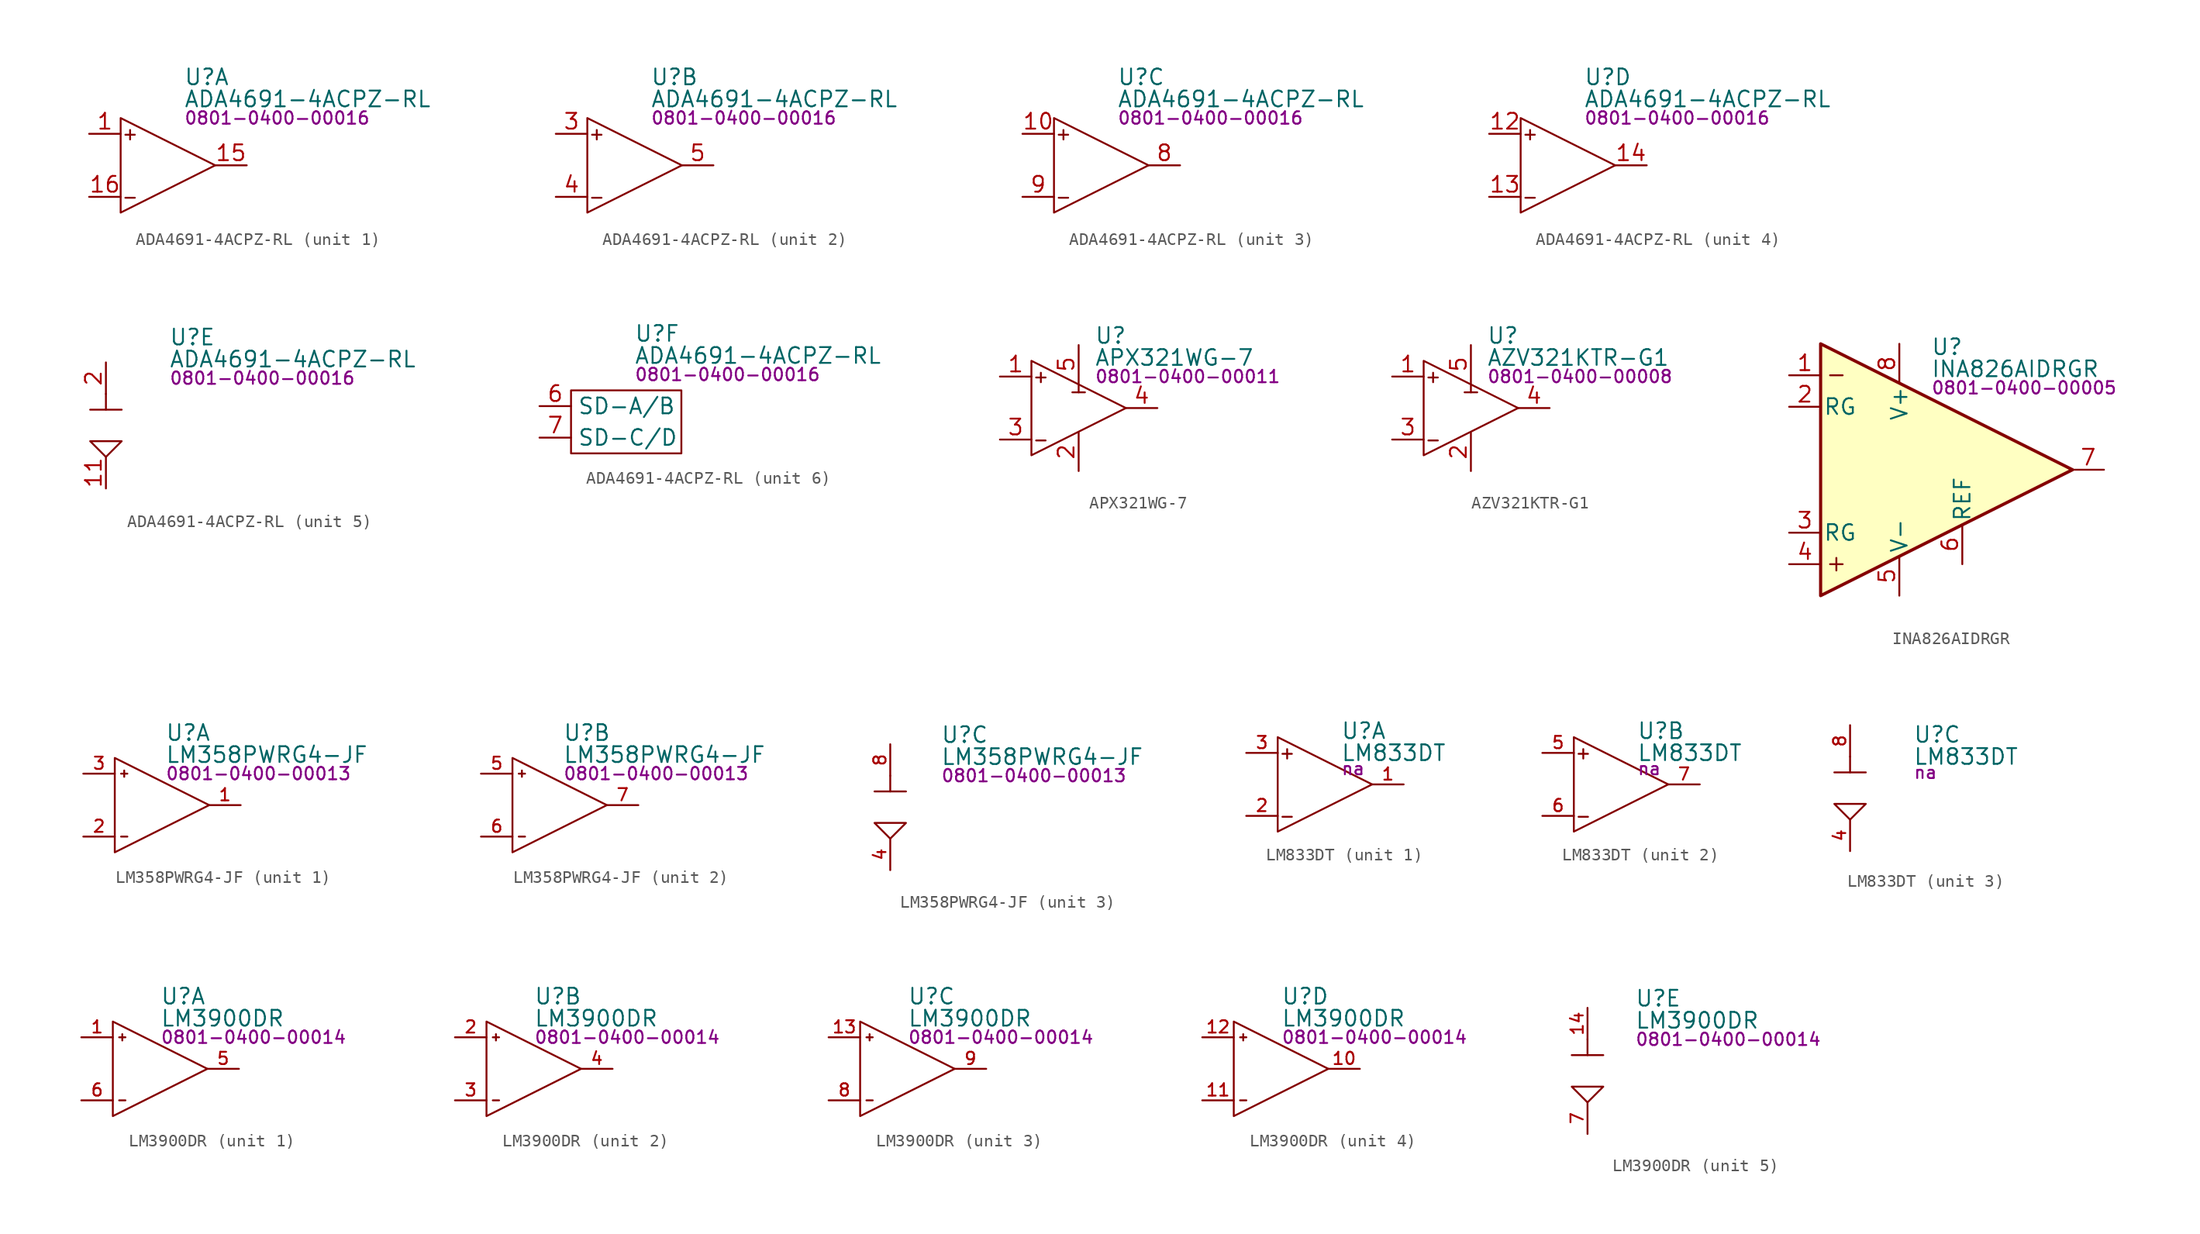
<source format=kicad_sym>
(kicad_symbol_lib
  (version 20231120)
  (generator "kicad_symbol_editor")
  (generator_version "8.0")
  (symbol "ADA4691-4ACPZ-RL"
    (property "Reference" "U"
      (at 5.08 7.112 0)
      (effects (font (size 1.27 1.27)) (justify left)))
    (property "Value" "ADA4691-4ACPZ-RL"
      (at 5.08 5.334 0)
      (effects (font (size 1.27 1.27)) (justify left)))
    (property "PartNumber" "0801-0400-00016"
      (at 5.08 3.81 0)
      (effects (font (size 1 1)) (justify left)))
    (property "ki_locked" ""
      (at 0 0 0)
      (effects (font (size 1.27 1.27))))
    (symbol "ADA4691-4ACPZ-RL_1_0"
      (polyline (pts (xy 0 3.81) (xy 0 -3.81) (xy 7.62 0) (xy 0 3.81)) (stroke (width 0) (type default)) (fill (type none)))
      (pin input line (at -2.54 2.54 0) (length 2.54) (name "+INA" (effects (font (size 0 0)))) (number "1" (effects (font (size 1.27 1.27)))))
      (pin output line (at 10.16 0 180) (length 2.54) (name "OUTA" (effects (font (size 0 0)))) (number "15" (effects (font (size 1.27 1.27)))))
      (pin input line (at -2.54 -2.54 0) (length 2.54) (name "-INA" (effects (font (size 0 0)))) (number "16" (effects (font (size 1.27 1.27))))))
    (symbol "ADA4691-4ACPZ-RL_1_1"
      (text "+" (at 0.762 2.54 0) (effects (font (size 1 1))))
      (text "-" (at 0.762 -2.54 0) (effects (font (size 1 1)))))
    (symbol "ADA4691-4ACPZ-RL_2_0"
      (polyline (pts (xy 0 3.81) (xy 0 -3.81) (xy 7.62 0) (xy 0 3.81)) (stroke (width 0) (type default)) (fill (type none)))
      (pin input line (at -2.54 2.54 0) (length 2.54) (name "+INB" (effects (font (size 0 0)))) (number "3" (effects (font (size 1.27 1.27)))))
      (pin input line (at -2.54 -2.54 0) (length 2.54) (name "-INB" (effects (font (size 0 0)))) (number "4" (effects (font (size 1.27 1.27)))))
      (pin output line (at 10.16 0 180) (length 2.54) (name "OUTB" (effects (font (size 0 0)))) (number "5" (effects (font (size 1.27 1.27))))))
    (symbol "ADA4691-4ACPZ-RL_2_1"
      (text "+" (at 0.762 2.54 0) (effects (font (size 1 1))))
      (text "-" (at 0.762 -2.54 0) (effects (font (size 1 1)))))
    (symbol "ADA4691-4ACPZ-RL_3_0"
      (polyline (pts (xy 0 3.81) (xy 0 -3.81) (xy 7.62 0) (xy 0 3.81)) (stroke (width 0) (type default)) (fill (type none)))
      (pin input line (at -2.54 2.54 0) (length 2.54) (name "+INC" (effects (font (size 0 0)))) (number "10" (effects (font (size 1.27 1.27)))))
      (pin output line (at 10.16 0 180) (length 2.54) (name "OUTC" (effects (font (size 0 0)))) (number "8" (effects (font (size 1.27 1.27)))))
      (pin input line (at -2.54 -2.54 0) (length 2.54) (name "-INC" (effects (font (size 0 0)))) (number "9" (effects (font (size 1.27 1.27))))))
    (symbol "ADA4691-4ACPZ-RL_3_1"
      (text "+" (at 0.762 2.54 0) (effects (font (size 1 1))))
      (text "-" (at 0.762 -2.54 0) (effects (font (size 1 1)))))
    (symbol "ADA4691-4ACPZ-RL_4_0"
      (polyline (pts (xy 0 3.81) (xy 0 -3.81) (xy 7.62 0) (xy 0 3.81)) (stroke (width 0) (type default)) (fill (type none)))
      (pin input line (at -2.54 2.54 0) (length 2.54) (name "+IND" (effects (font (size 0 0)))) (number "12" (effects (font (size 1.27 1.27)))))
      (pin input line (at -2.54 -2.54 0) (length 2.54) (name "-IND" (effects (font (size 0 0)))) (number "13" (effects (font (size 1.27 1.27)))))
      (pin output line (at 10.16 0 180) (length 2.54) (name "OUTD" (effects (font (size 0 0)))) (number "14" (effects (font (size 1.27 1.27))))))
    (symbol "ADA4691-4ACPZ-RL_4_1"
      (text "+" (at 0.762 2.54 0) (effects (font (size 1 1))))
      (text "-" (at 0.762 -2.54 0) (effects (font (size 1 1)))))
    (symbol "ADA4691-4ACPZ-RL_5_0"
      (pin power_in line (at 0 -5.08 90) (length 2.54) (name "V-" (effects (font (size 0 0)))) (number "11" (effects (font (size 1.27 1.27)))))
      (pin power_in line (at 0 -5.08 90) (length 2.54) hide (name "GND" (effects (font (size 0 0)))) (number "17" (effects (font (size 1.27 1.27)))))
      (pin power_in line (at 0 5.08 270) (length 2.54) (name "V+" (effects (font (size 0 0)))) (number "2" (effects (font (size 1.27 1.27))))))
    (symbol "ADA4691-4ACPZ-RL_5_1"
      (polyline (pts (xy -1.27 1.27) (xy 1.27 1.27)) (stroke (width 0) (type default)) (fill (type none)))
      (polyline (pts (xy 0 2.54) (xy 0 1.27)) (stroke (width 0) (type default)) (fill (type none)))
      (polyline (pts (xy 0 -2.54) (xy -1.27 -1.27) (xy 1.27 -1.27) (xy 0 -2.54)) (stroke (width 0) (type default)) (fill (type none))))
    (symbol "ADA4691-4ACPZ-RL_6_0"
      (pin input line (at -2.54 1.27 0) (length 2.54) (name "SD-A/B" (effects (font (size 1.27 1.27)))) (number "6" (effects (font (size 1.27 1.27)))))
      (pin input line (at -2.54 -1.27 0) (length 2.54) (name "SD-C/D" (effects (font (size 1.27 1.27)))) (number "7" (effects (font (size 1.27 1.27))))))
    (symbol "ADA4691-4ACPZ-RL_6_1"
      (polyline (pts (xy 0 2.54) (xy 0 -2.54) (xy 8.89 -2.54) (xy 8.89 2.54) (xy 0 2.54)) (stroke (width 0) (type default)) (fill (type none)))))
  (symbol "APX321WG-7"
    (property "Reference" "U"
      (at 5.08 5.842 0)
      (effects (font (size 1.27 1.27)) (justify left)))
    (property "Value" "APX321WG-7"
      (at 5.08 4.064 0)
      (effects (font (size 1.27 1.27)) (justify left)))
    (property "PartNumber" "0801-0400-00011"
      (at 5.08 2.54 0)
      (effects (font (size 1 1)) (justify left)))
    (symbol "APX321WG-7_0_0"
      (pin bidirectional line (at -2.54 2.54 0) (length 2.54) (name "IN+" (effects (font (size 0 0)))) (number "1" (effects (font (size 1.27 1.27)))))
      (pin power_in line (at 3.81 -5.08 90) (length 3.1) (name "V-" (effects (font (size 0 0)))) (number "2" (effects (font (size 1.27 1.27)))))
      (pin bidirectional line (at -2.54 -2.54 0) (length 2.54) (name "IN-" (effects (font (size 0 0)))) (number "3" (effects (font (size 1.27 1.27)))))
      (pin bidirectional line (at 10.16 0 180) (length 2.54) (name "OUT" (effects (font (size 0 0)))) (number "4" (effects (font (size 1.27 1.27)))))
      (pin power_in line (at 3.81 5.08 270) (length 3.1) (name "V+" (effects (font (size 0 0)))) (number "5" (effects (font (size 1.27 1.27))))))
    (symbol "APX321WG-7_0_1"
      (polyline (pts (xy 3.302 1.27) (xy 4.318 1.27)) (stroke (width 0) (type default)) (fill (type none)))
      (polyline (pts (xy 3.811 1.877) (xy 3.81 1.27)) (stroke (width 0) (type default)) (fill (type none))))
    (symbol "APX321WG-7_1_0"
      (polyline (pts (xy 0 3.81) (xy 0 -3.81) (xy 7.62 0) (xy 0 3.81)) (stroke (width 0) (type default)) (fill (type none))))
    (symbol "APX321WG-7_1_1"
      (text "+" (at 0.762 2.54 0) (effects (font (size 1 1))))
      (text "-" (at 0.762 -2.54 0) (effects (font (size 1 1))))))
  (symbol "AZV321KTR-G1"
    (property "Reference" "U"
      (at 5.08 5.842 0)
      (effects (font (size 1.27 1.27)) (justify left)))
    (property "Value" "AZV321KTR-G1"
      (at 5.08 4.064 0)
      (effects (font (size 1.27 1.27)) (justify left)))
    (property "PartNumber" "0801-0400-00008"
      (at 5.08 2.54 0)
      (effects (font (size 1 1)) (justify left)))
    (symbol "AZV321KTR-G1_0_0"
      (text "+" (at 0.762 2.54 0) (effects (font (size 1 1))))
      (text "-" (at 0.762 -2.54 0) (effects (font (size 1 1))))
      (pin bidirectional line (at -2.54 2.54 0) (length 2.54) (name "IN+" (effects (font (size 0 0)))) (number "1" (effects (font (size 1.27 1.27)))))
      (pin power_in line (at 3.81 -5.08 90) (length 3.1) (name "V-" (effects (font (size 0 0)))) (number "2" (effects (font (size 1.27 1.27)))))
      (pin bidirectional line (at -2.54 -2.54 0) (length 2.54) (name "IN-" (effects (font (size 0 0)))) (number "3" (effects (font (size 1.27 1.27)))))
      (pin bidirectional line (at 10.16 0 180) (length 2.54) (name "OUT" (effects (font (size 0 0)))) (number "4" (effects (font (size 1.27 1.27)))))
      (pin power_in line (at 3.81 5.08 270) (length 3.1) (name "V+" (effects (font (size 0 0)))) (number "5" (effects (font (size 1.27 1.27))))))
    (symbol "AZV321KTR-G1_0_1"
      (polyline (pts (xy 3.302 1.27) (xy 4.318 1.27)) (stroke (width 0) (type default)) (fill (type none)))
      (polyline (pts (xy 3.811 1.877) (xy 3.81 1.27)) (stroke (width 0) (type default)) (fill (type none))))
    (symbol "AZV321KTR-G1_1_0"
      (polyline (pts (xy 0 3.81) (xy 0 -3.81) (xy 7.62 0) (xy 0 3.81)) (stroke (width 0) (type default)) (fill (type none)))))
  (symbol "INA826AIDRGR"
    (pin_names
      (offset 0.2))
    (property "Reference" "U"
      (at 0 9.906 0)
      (effects (font (size 1.27 1.27)) (justify left)))
    (property "Value" "INA826AIDRGR"
      (at 0 8.128 0)
      (effects (font (size 1.27 1.27)) (justify left)))
    (property "PartNumber" "0801-0400-00005"
      (at 0 6.604 0)
      (effects (font (size 1 1)) (justify left)))
    (symbol "INA826AIDRGR_0_1"
      (polyline (pts (xy -8.128 -7.62) (xy -7.112 -7.62)) (stroke (width 0) (type default)) (fill (type none)))
      (polyline (pts (xy -8.128 7.62) (xy -7.112 7.62)) (stroke (width 0) (type default)) (fill (type none)))
      (polyline (pts (xy -7.62 -7.112) (xy -7.62 -8.128)) (stroke (width 0) (type default)) (fill (type none)))
      (polyline (pts (xy -8.89 10.16) (xy -8.89 -10.16) (xy 11.43 0) (xy -8.89 10.16)) (stroke (width 0.254) (type default)) (fill (type background))))
    (symbol "INA826AIDRGR_1_1"
      (pin input line (at -11.43 7.62 0) (length 2.54) (name "IN-" (effects (font (size 0 0)))) (number "1" (effects (font (size 1.27 1.27)))))
      (pin passive line (at -11.43 5.08 0) (length 2.54) (name "RG" (effects (font (size 1.27 1.27)))) (number "2" (effects (font (size 1.27 1.27)))))
      (pin passive line (at -11.43 -5.08 0) (length 2.54) (name "RG" (effects (font (size 1.27 1.27)))) (number "3" (effects (font (size 1.27 1.27)))))
      (pin input line (at -11.43 -7.62 0) (length 2.54) (name "IN+" (effects (font (size 0 0)))) (number "4" (effects (font (size 1.27 1.27)))))
      (pin power_in line (at -2.54 -10.16 90) (length 3.2) (name "V-" (effects (font (size 1.27 1.27)))) (number "5" (effects (font (size 1.27 1.27)))))
      (pin input line (at 2.54 -7.62 90) (length 3.2) (name "REF" (effects (font (size 1.27 1.27)))) (number "6" (effects (font (size 1.27 1.27)))))
      (pin output line (at 13.97 0 180) (length 2.54) (name "OUT" (effects (font (size 0 0)))) (number "7" (effects (font (size 1.27 1.27)))))
      (pin power_in line (at -2.54 10.16 270) (length 3.2) (name "V+" (effects (font (size 1.27 1.27)))) (number "8" (effects (font (size 1.27 1.27)))))
      (pin power_in line (at -2.54 -10.16 90) (length 3.2) hide (name "PAD" (effects (font (size 1.27 1.27)))) (number "9" (effects (font (size 1.27 1.27)))))))
  (symbol "LM358PWRG4-JF"
    (pin_names hide)
    (property "Reference" "U"
      (at 4.064 5.842 0)
      (effects (font (size 1.27 1.27)) (justify left)))
    (property "Value" "LM358PWRG4-JF"
      (at 4.064 4.064 0)
      (effects (font (size 1.27 1.27)) (justify left)))
    (property "PartNumber" "0801-0400-00013"
      (at 4.064 2.54 0)
      (effects (font (size 1 1)) (justify left)))
    (property "ki_locked" ""
      (at 0 0 0)
      (effects (font (size 1.27 1.27))))
    (symbol "LM358PWRG4-JF_1_0"
      (polyline (pts (xy 0.508 -2.54) (xy 1.016 -2.54)) (stroke (width 0) (type default)) (fill (type none)))
      (polyline (pts (xy 0.508 2.54) (xy 1.016 2.54)) (stroke (width 0) (type default)) (fill (type none)))
      (polyline (pts (xy 0.762 2.794) (xy 0.762 2.286)) (stroke (width 0) (type default)) (fill (type none)))
      (polyline (pts (xy 0 3.81) (xy 0 -3.81) (xy 7.62 0) (xy 0 3.81)) (stroke (width 0) (type default)) (fill (type none)))
      (pin output line (at 10.16 0 180) (length 2.54) (name "OUT1" (effects (font (size 1.27 1.27)))) (number "1" (effects (font (size 0.991 0.991)))))
      (pin input line (at -2.54 -2.54 0) (length 2.54) (name "IN1-" (effects (font (size 1.27 1.27)))) (number "2" (effects (font (size 0.991 0.991)))))
      (pin input line (at -2.54 2.54 0) (length 2.54) (name "IN1+" (effects (font (size 1.27 1.27)))) (number "3" (effects (font (size 0.991 0.991))))))
    (symbol "LM358PWRG4-JF_2_0"
      (polyline (pts (xy 0.508 -2.54) (xy 1.016 -2.54)) (stroke (width 0) (type default)) (fill (type none)))
      (polyline (pts (xy 0.508 2.54) (xy 1.016 2.54)) (stroke (width 0) (type default)) (fill (type none)))
      (polyline (pts (xy 0.762 2.794) (xy 0.762 2.286)) (stroke (width 0) (type default)) (fill (type none)))
      (polyline (pts (xy 0 3.81) (xy 0 -3.81) (xy 7.62 0) (xy 0 3.81)) (stroke (width 0) (type default)) (fill (type none)))
      (pin input line (at -2.54 2.54 0) (length 2.54) (name "IN2+" (effects (font (size 1.27 1.27)))) (number "5" (effects (font (size 0.991 0.991)))))
      (pin input line (at -2.54 -2.54 0) (length 2.54) (name "IN2-" (effects (font (size 1.27 1.27)))) (number "6" (effects (font (size 0.991 0.991)))))
      (pin output line (at 10.16 0 180) (length 2.54) (name "OUT2" (effects (font (size 1.27 1.27)))) (number "7" (effects (font (size 0.991 0.991))))))
    (symbol "LM358PWRG4-JF_3_0"
      (pin power_in line (at 0 -5.08 90) (length 2.54) (name "V-" (effects (font (size 1.27 1.27)))) (number "4" (effects (font (size 0.991 0.991)))))
      (pin power_in line (at 0 5.08 270) (length 2.54) (name "V+" (effects (font (size 1.27 1.27)))) (number "8" (effects (font (size 0.991 0.991))))))
    (symbol "LM358PWRG4-JF_3_1"
      (polyline (pts (xy -1.27 1.27) (xy 1.27 1.27)) (stroke (width 0) (type default)) (fill (type none)))
      (polyline (pts (xy 0 2.54) (xy 0 1.27)) (stroke (width 0) (type default)) (fill (type none)))
      (polyline (pts (xy 0 -2.54) (xy -1.27 -1.27) (xy 1.27 -1.27) (xy 0 -2.54)) (stroke (width 0) (type default)) (fill (type none)))))
  (symbol "LM833DT"
    (pin_names hide)
    (property "Reference" "U"
      (at 5.08 4.318 0)
      (effects (font (size 1.27 1.27)) (justify left)))
    (property "Value" "LM833DT"
      (at 5.08 2.54 0)
      (effects (font (size 1.27 1.27)) (justify left)))
    (property "PartNumber" "na"
      (at 5.08 1.27 0)
      (effects (font (size 1 1)) (justify left)))
    (property "ki_locked" ""
      (at 0 0 0)
      (effects (font (size 1.27 1.27))))
    (symbol "LM833DT_1_0"
      (polyline (pts (xy 0 3.81) (xy 0 -3.81) (xy 7.62 0) (xy 0 3.81)) (stroke (width 0) (type default)) (fill (type none)))
      (text "+" (at 0.762 2.54 0) (effects (font (size 1 1))))
      (text "-" (at 0.762 -2.54 0) (effects (font (size 1 1))))
      (pin output line (at 10.16 0 180) (length 2.54) (name "OUT1" (effects (font (size 1.27 1.27)))) (number "1" (effects (font (size 0.991 0.991)))))
      (pin input line (at -2.54 -2.54 0) (length 2.54) (name "IN1-" (effects (font (size 1.27 1.27)))) (number "2" (effects (font (size 0.991 0.991)))))
      (pin input line (at -2.54 2.54 0) (length 2.54) (name "IN1+" (effects (font (size 1.27 1.27)))) (number "3" (effects (font (size 0.991 0.991))))))
    (symbol "LM833DT_2_0"
      (polyline (pts (xy 0 3.81) (xy 0 -3.81) (xy 7.62 0) (xy 0 3.81)) (stroke (width 0) (type default)) (fill (type none)))
      (text "+" (at 0.762 2.54 0) (effects (font (size 1 1))))
      (text "-" (at 0.762 -2.54 0) (effects (font (size 1 1))))
      (pin input line (at -2.54 2.54 0) (length 2.54) (name "IN2+" (effects (font (size 1.27 1.27)))) (number "5" (effects (font (size 0.991 0.991)))))
      (pin input line (at -2.54 -2.54 0) (length 2.54) (name "IN2-" (effects (font (size 1.27 1.27)))) (number "6" (effects (font (size 0.991 0.991)))))
      (pin output line (at 10.16 0 180) (length 2.54) (name "OUT2" (effects (font (size 1.27 1.27)))) (number "7" (effects (font (size 0.991 0.991))))))
    (symbol "LM833DT_3_0"
      (pin power_in line (at 0 -5.08 90) (length 2.54) (name "V-" (effects (font (size 1.27 1.27)))) (number "4" (effects (font (size 0.991 0.991)))))
      (pin power_in line (at 0 5.08 270) (length 2.54) (name "V+" (effects (font (size 1.27 1.27)))) (number "8" (effects (font (size 0.991 0.991))))))
    (symbol "LM833DT_3_1"
      (polyline (pts (xy -1.27 1.27) (xy 1.27 1.27)) (stroke (width 0) (type default)) (fill (type none)))
      (polyline (pts (xy 0 2.54) (xy 0 1.27)) (stroke (width 0) (type default)) (fill (type none)))
      (polyline (pts (xy 0 -2.54) (xy -1.27 -1.27) (xy 1.27 -1.27) (xy 0 -2.54)) (stroke (width 0) (type default)) (fill (type none)))))
  (symbol "LM3900DR"
    (pin_names hide)
    (property "Reference" "U"
      (at 3.81 5.842 0)
      (effects (font (size 1.27 1.27)) (justify left)))
    (property "Value" "LM3900DR"
      (at 3.81 4.064 0)
      (effects (font (size 1.27 1.27)) (justify left)))
    (property "PartNumber" "0801-0400-00014"
      (at 3.81 2.54 0)
      (effects (font (size 1 1)) (justify left)))
    (property "ki_locked" ""
      (at 0 0 0)
      (effects (font (size 1.27 1.27))))
    (symbol "LM3900DR_1_0"
      (polyline (pts (xy 0.508 -2.54) (xy 1.016 -2.54)) (stroke (width 0) (type default)) (fill (type none)))
      (polyline (pts (xy 0.508 2.54) (xy 1.016 2.54)) (stroke (width 0) (type default)) (fill (type none)))
      (polyline (pts (xy 0.762 2.794) (xy 0.762 2.286)) (stroke (width 0) (type default)) (fill (type none)))
      (polyline (pts (xy 0 3.81) (xy 0 -3.81) (xy 7.62 0) (xy 0 3.81)) (stroke (width 0) (type default)) (fill (type none)))
      (pin input line (at -2.54 2.54 0) (length 2.54) (name "IN1+" (effects (font (size 1.27 1.27)))) (number "1" (effects (font (size 0.991 0.991)))))
      (pin output line (at 10.16 0 180) (length 2.54) (name "OUT1" (effects (font (size 1.27 1.27)))) (number "5" (effects (font (size 0.991 0.991)))))
      (pin input line (at -2.54 -2.54 0) (length 2.54) (name "IN1-" (effects (font (size 1.27 1.27)))) (number "6" (effects (font (size 0.991 0.991))))))
    (symbol "LM3900DR_2_0"
      (polyline (pts (xy 0.508 -2.54) (xy 1.016 -2.54)) (stroke (width 0) (type default)) (fill (type none)))
      (polyline (pts (xy 0.508 2.54) (xy 1.016 2.54)) (stroke (width 0) (type default)) (fill (type none)))
      (polyline (pts (xy 0.762 2.794) (xy 0.762 2.286)) (stroke (width 0) (type default)) (fill (type none)))
      (polyline (pts (xy 0 3.81) (xy 0 -3.81) (xy 7.62 0) (xy 0 3.81)) (stroke (width 0) (type default)) (fill (type none)))
      (pin input line (at -2.54 2.54 0) (length 2.54) (name "IN2+" (effects (font (size 1.27 1.27)))) (number "2" (effects (font (size 0.991 0.991)))))
      (pin input line (at -2.54 -2.54 0) (length 2.54) (name "IN2-" (effects (font (size 1.27 1.27)))) (number "3" (effects (font (size 0.991 0.991)))))
      (pin output line (at 10.16 0 180) (length 2.54) (name "OUT2" (effects (font (size 1.27 1.27)))) (number "4" (effects (font (size 0.991 0.991))))))
    (symbol "LM3900DR_3_0"
      (polyline (pts (xy 0.508 -2.54) (xy 1.016 -2.54)) (stroke (width 0) (type default)) (fill (type none)))
      (polyline (pts (xy 0.508 2.54) (xy 1.016 2.54)) (stroke (width 0) (type default)) (fill (type none)))
      (polyline (pts (xy 0.762 2.794) (xy 0.762 2.286)) (stroke (width 0) (type default)) (fill (type none)))
      (polyline (pts (xy 0 3.81) (xy 0 -3.81) (xy 7.62 0) (xy 0 3.81)) (stroke (width 0) (type default)) (fill (type none)))
      (pin input line (at -2.54 2.54 0) (length 2.54) (name "IN3+" (effects (font (size 1.27 1.27)))) (number "13" (effects (font (size 0.991 0.991)))))
      (pin input line (at -2.54 -2.54 0) (length 2.54) (name "IN3-" (effects (font (size 1.27 1.27)))) (number "8" (effects (font (size 0.991 0.991)))))
      (pin output line (at 10.16 0 180) (length 2.54) (name "OUT3" (effects (font (size 1.27 1.27)))) (number "9" (effects (font (size 0.991 0.991))))))
    (symbol "LM3900DR_4_0"
      (polyline (pts (xy 0.508 -2.54) (xy 1.016 -2.54)) (stroke (width 0) (type default)) (fill (type none)))
      (polyline (pts (xy 0.508 2.54) (xy 1.016 2.54)) (stroke (width 0) (type default)) (fill (type none)))
      (polyline (pts (xy 0.762 2.794) (xy 0.762 2.286)) (stroke (width 0) (type default)) (fill (type none)))
      (polyline (pts (xy 0 3.81) (xy 0 -3.81) (xy 7.62 0) (xy 0 3.81)) (stroke (width 0) (type default)) (fill (type none)))
      (pin output line (at 10.16 0 180) (length 2.54) (name "OUT4" (effects (font (size 1.27 1.27)))) (number "10" (effects (font (size 0.991 0.991)))))
      (pin input line (at -2.54 -2.54 0) (length 2.54) (name "IN4-" (effects (font (size 1.27 1.27)))) (number "11" (effects (font (size 0.991 0.991)))))
      (pin input line (at -2.54 2.54 0) (length 2.54) (name "IN4+" (effects (font (size 1.27 1.27)))) (number "12" (effects (font (size 0.991 0.991))))))
    (symbol "LM3900DR_5_0"
      (pin power_in line (at 0 5.08 270) (length 2.54) (name "VCC" (effects (font (size 1.27 1.27)))) (number "14" (effects (font (size 0.991 0.991)))))
      (pin power_in line (at 0 -5.08 90) (length 2.54) (name "GND" (effects (font (size 1.27 1.27)))) (number "7" (effects (font (size 0.991 0.991))))))
    (symbol "LM3900DR_5_1"
      (polyline (pts (xy -1.27 1.27) (xy 1.27 1.27)) (stroke (width 0) (type default)) (fill (type none)))
      (polyline (pts (xy 0 2.54) (xy 0 1.27)) (stroke (width 0) (type default)) (fill (type none)))
      (polyline (pts (xy 0 -2.54) (xy -1.27 -1.27) (xy 1.27 -1.27) (xy 0 -2.54)) (stroke (width 0) (type default)) (fill (type none))))))
</source>
